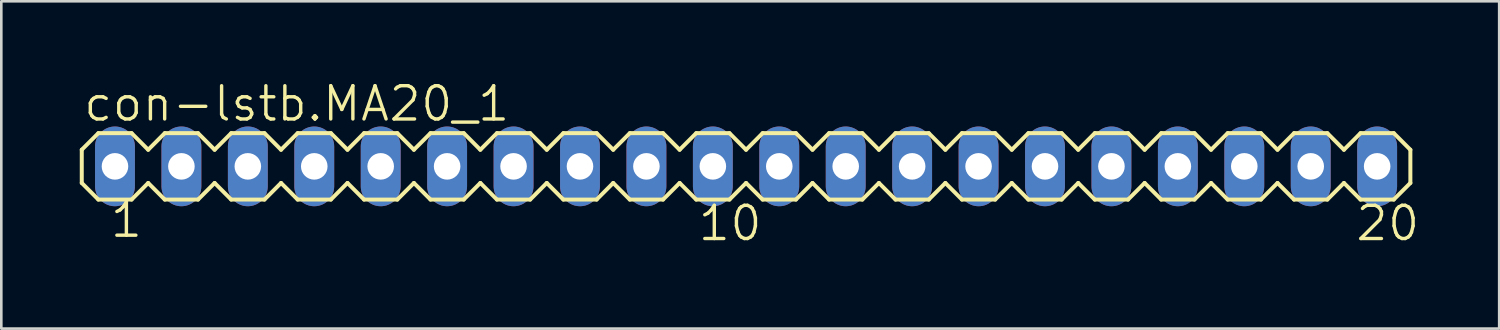
<source format=kicad_pcb>
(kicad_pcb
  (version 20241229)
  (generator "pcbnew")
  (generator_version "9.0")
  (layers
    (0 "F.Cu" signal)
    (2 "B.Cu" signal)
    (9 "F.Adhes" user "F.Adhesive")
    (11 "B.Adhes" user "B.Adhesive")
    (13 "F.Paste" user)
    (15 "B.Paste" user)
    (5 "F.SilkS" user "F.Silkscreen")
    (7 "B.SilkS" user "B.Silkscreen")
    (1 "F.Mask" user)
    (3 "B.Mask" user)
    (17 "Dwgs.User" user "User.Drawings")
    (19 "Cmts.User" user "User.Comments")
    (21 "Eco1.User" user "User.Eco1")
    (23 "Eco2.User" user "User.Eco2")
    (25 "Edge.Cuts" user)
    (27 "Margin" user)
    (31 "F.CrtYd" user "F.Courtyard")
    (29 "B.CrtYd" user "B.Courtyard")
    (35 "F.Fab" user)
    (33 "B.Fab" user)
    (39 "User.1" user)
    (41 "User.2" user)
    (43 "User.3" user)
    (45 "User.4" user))
  (footprint "con-lstb.MA20_1"
    (layer "F.Cu")
    (at 25.476 3.311)
    (property "Reference" "con-lstb.MA20_1" (at -25.4 -1.651 0) (layer "F.SilkS") (effects (font (size 1.27 1.27) (thickness 0.13)) (justify left bottom)))
    (attr through_hole)
    (fp_line (start -25.4 -0.635) (end -25.4 0.635) (stroke (width 0.152) (type default)) (layer "F.SilkS"))
    (fp_line (start -25.4 0.635) (end -24.765 1.27) (stroke (width 0.152) (type default)) (layer "F.SilkS"))
    (fp_line (start -24.765 -1.27) (end -25.4 -0.635) (stroke (width 0.152) (type default)) (layer "F.SilkS"))
    (fp_line (start -24.765 -1.27) (end -23.495 -1.27) (stroke (width 0.152) (type default)) (layer "F.SilkS"))
    (fp_line (start -23.495 -1.27) (end -22.86 -0.635) (stroke (width 0.152) (type default)) (layer "F.SilkS"))
    (fp_line (start -23.495 1.27) (end -24.765 1.27) (stroke (width 0.152) (type default)) (layer "F.SilkS"))
    (fp_line (start -22.86 -0.635) (end -22.225 -1.27) (stroke (width 0.152) (type default)) (layer "F.SilkS"))
    (fp_line (start -22.86 0.635) (end -23.495 1.27) (stroke (width 0.152) (type default)) (layer "F.SilkS"))
    (fp_line (start -22.225 -1.27) (end -20.955 -1.27) (stroke (width 0.152) (type default)) (layer "F.SilkS"))
    (fp_line (start -22.225 1.27) (end -22.86 0.635) (stroke (width 0.152) (type default)) (layer "F.SilkS"))
    (fp_line (start -20.955 -1.27) (end -20.32 -0.635) (stroke (width 0.152) (type default)) (layer "F.SilkS"))
    (fp_line (start -20.955 1.27) (end -22.225 1.27) (stroke (width 0.152) (type default)) (layer "F.SilkS"))
    (fp_line (start -20.32 -0.635) (end -19.685 -1.27) (stroke (width 0.152) (type default)) (layer "F.SilkS"))
    (fp_line (start -20.32 0.635) (end -20.955 1.27) (stroke (width 0.152) (type default)) (layer "F.SilkS"))
    (fp_line (start -19.685 -1.27) (end -18.415 -1.27) (stroke (width 0.152) (type default)) (layer "F.SilkS"))
    (fp_line (start -19.685 1.27) (end -20.32 0.635) (stroke (width 0.152) (type default)) (layer "F.SilkS"))
    (fp_line (start -18.415 -1.27) (end -17.78 -0.635) (stroke (width 0.152) (type default)) (layer "F.SilkS"))
    (fp_line (start -18.415 1.27) (end -19.685 1.27) (stroke (width 0.152) (type default)) (layer "F.SilkS"))
    (fp_line (start -17.78 0.635) (end -18.415 1.27) (stroke (width 0.152) (type default)) (layer "F.SilkS"))
    (fp_line (start -17.78 0.635) (end -17.145 1.27) (stroke (width 0.152) (type default)) (layer "F.SilkS"))
    (fp_line (start -17.145 -1.27) (end -17.78 -0.635) (stroke (width 0.152) (type default)) (layer "F.SilkS"))
    (fp_line (start -17.145 -1.27) (end -15.875 -1.27) (stroke (width 0.152) (type default)) (layer "F.SilkS"))
    (fp_line (start -15.875 -1.27) (end -15.24 -0.635) (stroke (width 0.152) (type default)) (layer "F.SilkS"))
    (fp_line (start -15.875 1.27) (end -17.145 1.27) (stroke (width 0.152) (type default)) (layer "F.SilkS"))
    (fp_line (start -15.24 -0.635) (end -14.605 -1.27) (stroke (width 0.152) (type default)) (layer "F.SilkS"))
    (fp_line (start -15.24 0.635) (end -15.875 1.27) (stroke (width 0.152) (type default)) (layer "F.SilkS"))
    (fp_line (start -14.605 -1.27) (end -13.335 -1.27) (stroke (width 0.152) (type default)) (layer "F.SilkS"))
    (fp_line (start -14.605 1.27) (end -15.24 0.635) (stroke (width 0.152) (type default)) (layer "F.SilkS"))
    (fp_line (start -13.335 -1.27) (end -12.7 -0.635) (stroke (width 0.152) (type default)) (layer "F.SilkS"))
    (fp_line (start -13.335 1.27) (end -14.605 1.27) (stroke (width 0.152) (type default)) (layer "F.SilkS"))
    (fp_line (start -12.7 0.635) (end -13.335 1.27) (stroke (width 0.152) (type default)) (layer "F.SilkS"))
    (fp_line (start -12.7 0.635) (end -12.065 1.27) (stroke (width 0.152) (type default)) (layer "F.SilkS"))
    (fp_line (start -12.065 -1.27) (end -12.7 -0.635) (stroke (width 0.152) (type default)) (layer "F.SilkS"))
    (fp_line (start -12.065 -1.27) (end -10.795 -1.27) (stroke (width 0.152) (type default)) (layer "F.SilkS"))
    (fp_line (start -10.795 -1.27) (end -10.16 -0.635) (stroke (width 0.152) (type default)) (layer "F.SilkS"))
    (fp_line (start -10.795 1.27) (end -12.065 1.27) (stroke (width 0.152) (type default)) (layer "F.SilkS"))
    (fp_line (start -10.16 -0.635) (end -9.525 -1.27) (stroke (width 0.152) (type default)) (layer "F.SilkS"))
    (fp_line (start -10.16 0.635) (end -10.795 1.27) (stroke (width 0.152) (type default)) (layer "F.SilkS"))
    (fp_line (start -9.525 -1.27) (end -8.255 -1.27) (stroke (width 0.152) (type default)) (layer "F.SilkS"))
    (fp_line (start -9.525 1.27) (end -10.16 0.635) (stroke (width 0.152) (type default)) (layer "F.SilkS"))
    (fp_line (start -8.255 -1.27) (end -7.62 -0.635) (stroke (width 0.152) (type default)) (layer "F.SilkS"))
    (fp_line (start -8.255 1.27) (end -9.525 1.27) (stroke (width 0.152) (type default)) (layer "F.SilkS"))
    (fp_line (start -7.62 -0.635) (end -6.985 -1.27) (stroke (width 0.152) (type default)) (layer "F.SilkS"))
    (fp_line (start -7.62 0.635) (end -8.255 1.27) (stroke (width 0.152) (type default)) (layer "F.SilkS"))
    (fp_line (start -6.985 -1.27) (end -5.715 -1.27) (stroke (width 0.152) (type default)) (layer "F.SilkS"))
    (fp_line (start -6.985 1.27) (end -7.62 0.635) (stroke (width 0.152) (type default)) (layer "F.SilkS"))
    (fp_line (start -5.715 -1.27) (end -5.08 -0.635) (stroke (width 0.152) (type default)) (layer "F.SilkS"))
    (fp_line (start -5.715 1.27) (end -6.985 1.27) (stroke (width 0.152) (type default)) (layer "F.SilkS"))
    (fp_line (start -5.08 0.635) (end -5.715 1.27) (stroke (width 0.152) (type default)) (layer "F.SilkS"))
    (fp_line (start -5.08 0.635) (end -4.445 1.27) (stroke (width 0.152) (type default)) (layer "F.SilkS"))
    (fp_line (start -4.445 -1.27) (end -5.08 -0.635) (stroke (width 0.152) (type default)) (layer "F.SilkS"))
    (fp_line (start -4.445 -1.27) (end -3.175 -1.27) (stroke (width 0.152) (type default)) (layer "F.SilkS"))
    (fp_line (start -3.175 -1.27) (end -2.54 -0.635) (stroke (width 0.152) (type default)) (layer "F.SilkS"))
    (fp_line (start -3.175 1.27) (end -4.445 1.27) (stroke (width 0.152) (type default)) (layer "F.SilkS"))
    (fp_line (start -2.54 -0.635) (end -1.905 -1.27) (stroke (width 0.152) (type default)) (layer "F.SilkS"))
    (fp_line (start -2.54 0.635) (end -3.175 1.27) (stroke (width 0.152) (type default)) (layer "F.SilkS"))
    (fp_line (start -1.905 -1.27) (end -0.635 -1.27) (stroke (width 0.152) (type default)) (layer "F.SilkS"))
    (fp_line (start -1.905 1.27) (end -2.54 0.635) (stroke (width 0.152) (type default)) (layer "F.SilkS"))
    (fp_line (start -0.635 -1.27) (end 0 -0.635) (stroke (width 0.152) (type default)) (layer "F.SilkS"))
    (fp_line (start -0.635 1.27) (end -1.905 1.27) (stroke (width 0.152) (type default)) (layer "F.SilkS"))
    (fp_line (start 0 0.635) (end -0.635 1.27) (stroke (width 0.152) (type default)) (layer "F.SilkS"))
    (fp_line (start 0 0.635) (end 0.635 1.27) (stroke (width 0.152) (type default)) (layer "F.SilkS"))
    (fp_line (start 0.635 -1.27) (end 0 -0.635) (stroke (width 0.152) (type default)) (layer "F.SilkS"))
    (fp_line (start 0.635 -1.27) (end 1.905 -1.27) (stroke (width 0.152) (type default)) (layer "F.SilkS"))
    (fp_line (start 1.905 -1.27) (end 2.54 -0.635) (stroke (width 0.152) (type default)) (layer "F.SilkS"))
    (fp_line (start 1.905 1.27) (end 0.635 1.27) (stroke (width 0.152) (type default)) (layer "F.SilkS"))
    (fp_line (start 2.54 -0.635) (end 3.175 -1.27) (stroke (width 0.152) (type default)) (layer "F.SilkS"))
    (fp_line (start 2.54 0.635) (end 1.905 1.27) (stroke (width 0.152) (type default)) (layer "F.SilkS"))
    (fp_line (start 3.175 -1.27) (end 4.445 -1.27) (stroke (width 0.152) (type default)) (layer "F.SilkS"))
    (fp_line (start 3.175 1.27) (end 2.54 0.635) (stroke (width 0.152) (type default)) (layer "F.SilkS"))
    (fp_line (start 4.445 -1.27) (end 5.08 -0.635) (stroke (width 0.152) (type default)) (layer "F.SilkS"))
    (fp_line (start 4.445 1.27) (end 3.175 1.27) (stroke (width 0.152) (type default)) (layer "F.SilkS"))
    (fp_line (start 5.08 -0.635) (end 5.715 -1.27) (stroke (width 0.152) (type default)) (layer "F.SilkS"))
    (fp_line (start 5.08 0.635) (end 4.445 1.27) (stroke (width 0.152) (type default)) (layer "F.SilkS"))
    (fp_line (start 5.715 -1.27) (end 6.985 -1.27) (stroke (width 0.152) (type default)) (layer "F.SilkS"))
    (fp_line (start 5.715 1.27) (end 5.08 0.635) (stroke (width 0.152) (type default)) (layer "F.SilkS"))
    (fp_line (start 6.985 -1.27) (end 7.62 -0.635) (stroke (width 0.152) (type default)) (layer "F.SilkS"))
    (fp_line (start 6.985 1.27) (end 5.715 1.27) (stroke (width 0.152) (type default)) (layer "F.SilkS"))
    (fp_line (start 7.62 0.635) (end 6.985 1.27) (stroke (width 0.152) (type default)) (layer "F.SilkS"))
    (fp_line (start 7.62 0.635) (end 8.255 1.27) (stroke (width 0.152) (type default)) (layer "F.SilkS"))
    (fp_line (start 8.255 -1.27) (end 7.62 -0.635) (stroke (width 0.152) (type default)) (layer "F.SilkS"))
    (fp_line (start 8.255 -1.27) (end 9.525 -1.27) (stroke (width 0.152) (type default)) (layer "F.SilkS"))
    (fp_line (start 9.525 -1.27) (end 10.16 -0.635) (stroke (width 0.152) (type default)) (layer "F.SilkS"))
    (fp_line (start 9.525 1.27) (end 8.255 1.27) (stroke (width 0.152) (type default)) (layer "F.SilkS"))
    (fp_line (start 10.16 -0.635) (end 10.795 -1.27) (stroke (width 0.152) (type default)) (layer "F.SilkS"))
    (fp_line (start 10.16 0.635) (end 9.525 1.27) (stroke (width 0.152) (type default)) (layer "F.SilkS"))
    (fp_line (start 10.795 -1.27) (end 12.065 -1.27) (stroke (width 0.152) (type default)) (layer "F.SilkS"))
    (fp_line (start 10.795 1.27) (end 10.16 0.635) (stroke (width 0.152) (type default)) (layer "F.SilkS"))
    (fp_line (start 12.065 -1.27) (end 12.7 -0.635) (stroke (width 0.152) (type default)) (layer "F.SilkS"))
    (fp_line (start 12.065 1.27) (end 10.795 1.27) (stroke (width 0.152) (type default)) (layer "F.SilkS"))
    (fp_line (start 12.7 0.635) (end 12.065 1.27) (stroke (width 0.152) (type default)) (layer "F.SilkS"))
    (fp_line (start 12.7 0.635) (end 13.335 1.27) (stroke (width 0.152) (type default)) (layer "F.SilkS"))
    (fp_line (start 13.335 -1.27) (end 12.7 -0.635) (stroke (width 0.152) (type default)) (layer "F.SilkS"))
    (fp_line (start 13.335 -1.27) (end 14.605 -1.27) (stroke (width 0.152) (type default)) (layer "F.SilkS"))
    (fp_line (start 14.605 -1.27) (end 15.24 -0.635) (stroke (width 0.152) (type default)) (layer "F.SilkS"))
    (fp_line (start 14.605 1.27) (end 13.335 1.27) (stroke (width 0.152) (type default)) (layer "F.SilkS"))
    (fp_line (start 15.24 -0.635) (end 15.875 -1.27) (stroke (width 0.152) (type default)) (layer "F.SilkS"))
    (fp_line (start 15.24 0.635) (end 14.605 1.27) (stroke (width 0.152) (type default)) (layer "F.SilkS"))
    (fp_line (start 15.875 -1.27) (end 17.145 -1.27) (stroke (width 0.152) (type default)) (layer "F.SilkS"))
    (fp_line (start 15.875 1.27) (end 15.24 0.635) (stroke (width 0.152) (type default)) (layer "F.SilkS"))
    (fp_line (start 17.145 -1.27) (end 17.78 -0.635) (stroke (width 0.152) (type default)) (layer "F.SilkS"))
    (fp_line (start 17.145 1.27) (end 15.875 1.27) (stroke (width 0.152) (type default)) (layer "F.SilkS"))
    (fp_line (start 17.78 -0.635) (end 18.415 -1.27) (stroke (width 0.152) (type default)) (layer "F.SilkS"))
    (fp_line (start 17.78 0.635) (end 17.145 1.27) (stroke (width 0.152) (type default)) (layer "F.SilkS"))
    (fp_line (start 18.415 -1.27) (end 19.685 -1.27) (stroke (width 0.152) (type default)) (layer "F.SilkS"))
    (fp_line (start 18.415 1.27) (end 17.78 0.635) (stroke (width 0.152) (type default)) (layer "F.SilkS"))
    (fp_line (start 19.685 -1.27) (end 20.32 -0.635) (stroke (width 0.152) (type default)) (layer "F.SilkS"))
    (fp_line (start 19.685 1.27) (end 18.415 1.27) (stroke (width 0.152) (type default)) (layer "F.SilkS"))
    (fp_line (start 20.32 0.635) (end 19.685 1.27) (stroke (width 0.152) (type default)) (layer "F.SilkS"))
    (fp_line (start 20.32 0.635) (end 20.955 1.27) (stroke (width 0.152) (type default)) (layer "F.SilkS"))
    (fp_line (start 20.955 -1.27) (end 20.32 -0.635) (stroke (width 0.152) (type default)) (layer "F.SilkS"))
    (fp_line (start 20.955 -1.27) (end 22.225 -1.27) (stroke (width 0.152) (type default)) (layer "F.SilkS"))
    (fp_line (start 22.225 -1.27) (end 22.86 -0.635) (stroke (width 0.152) (type default)) (layer "F.SilkS"))
    (fp_line (start 22.225 1.27) (end 20.955 1.27) (stroke (width 0.152) (type default)) (layer "F.SilkS"))
    (fp_line (start 22.86 -0.635) (end 23.495 -1.27) (stroke (width 0.152) (type default)) (layer "F.SilkS"))
    (fp_line (start 22.86 0.635) (end 22.225 1.27) (stroke (width 0.152) (type default)) (layer "F.SilkS"))
    (fp_line (start 23.495 -1.27) (end 24.765 -1.27) (stroke (width 0.152) (type default)) (layer "F.SilkS"))
    (fp_line (start 23.495 1.27) (end 22.86 0.635) (stroke (width 0.152) (type default)) (layer "F.SilkS"))
    (fp_line (start 24.765 -1.27) (end 25.4 -0.635) (stroke (width 0.152) (type default)) (layer "F.SilkS"))
    (fp_line (start 24.765 1.27) (end 23.495 1.27) (stroke (width 0.152) (type default)) (layer "F.SilkS"))
    (fp_line (start 25.4 -0.635) (end 25.4 0.635) (stroke (width 0.152) (type default)) (layer "F.SilkS"))
    (fp_line (start 25.4 0.635) (end 24.765 1.27) (stroke (width 0.152) (type default)) (layer "F.SilkS"))
    (fp_rect (start -24.46 0.33) (end -23.8 -0.33) (stroke (width 0.05) (type default)) (fill no) (layer "F.Fab"))
    (fp_rect (start -21.92 0.33) (end -21.26 -0.33) (stroke (width 0.05) (type default)) (fill no) (layer "F.Fab"))
    (fp_rect (start -19.38 0.33) (end -18.72 -0.33) (stroke (width 0.05) (type default)) (fill no) (layer "F.Fab"))
    (fp_rect (start -16.84 0.33) (end -16.18 -0.33) (stroke (width 0.05) (type default)) (fill no) (layer "F.Fab"))
    (fp_rect (start -14.3 0.33) (end -13.64 -0.33) (stroke (width 0.05) (type default)) (fill no) (layer "F.Fab"))
    (fp_rect (start -11.76 0.33) (end -11.1 -0.33) (stroke (width 0.05) (type default)) (fill no) (layer "F.Fab"))
    (fp_rect (start -9.22 0.33) (end -8.56 -0.33) (stroke (width 0.05) (type default)) (fill no) (layer "F.Fab"))
    (fp_rect (start -6.68 0.33) (end -6.02 -0.33) (stroke (width 0.05) (type default)) (fill no) (layer "F.Fab"))
    (fp_rect (start -4.14 0.33) (end -3.48 -0.33) (stroke (width 0.05) (type default)) (fill no) (layer "F.Fab"))
    (fp_rect (start -1.6 0.33) (end -0.94 -0.33) (stroke (width 0.05) (type default)) (fill no) (layer "F.Fab"))
    (fp_rect (start 0.94 0.33) (end 1.6 -0.33) (stroke (width 0.05) (type default)) (fill no) (layer "F.Fab"))
    (fp_rect (start 3.48 0.33) (end 4.14 -0.33) (stroke (width 0.05) (type default)) (fill no) (layer "F.Fab"))
    (fp_rect (start 6.02 0.33) (end 6.68 -0.33) (stroke (width 0.05) (type default)) (fill no) (layer "F.Fab"))
    (fp_rect (start 8.56 0.33) (end 9.22 -0.33) (stroke (width 0.05) (type default)) (fill no) (layer "F.Fab"))
    (fp_rect (start 11.1 0.33) (end 11.76 -0.33) (stroke (width 0.05) (type default)) (fill no) (layer "F.Fab"))
    (fp_rect (start 13.64 0.33) (end 14.3 -0.33) (stroke (width 0.05) (type default)) (fill no) (layer "F.Fab"))
    (fp_rect (start 16.18 0.33) (end 16.84 -0.33) (stroke (width 0.05) (type default)) (fill no) (layer "F.Fab"))
    (fp_rect (start 18.72 0.33) (end 19.38 -0.33) (stroke (width 0.05) (type default)) (fill no) (layer "F.Fab"))
    (fp_rect (start 21.26 0.33) (end 21.92 -0.33) (stroke (width 0.05) (type default)) (fill no) (layer "F.Fab"))
    (fp_rect (start 23.8 0.33) (end 24.46 -0.33) (stroke (width 0.05) (type default)) (fill no) (layer "F.Fab"))
    (fp_text user "10" (at -1.905 2.921 0) (layer "F.SilkS") (effects (font (size 1.27 1.27) (thickness 0.13)) (justify left bottom)))
    (fp_text user "1" (at -24.384 2.794 0) (layer "F.SilkS") (effects (font (size 1.27 1.27) (thickness 0.13)) (justify left bottom)))
    (fp_text user "20" (at 23.241 2.921 0) (layer "F.SilkS") (effects (font (size 1.27 1.27) (thickness 0.13)) (justify left bottom)))
    (pad "1" thru_hole oval (at -24.13 0 90) (size 3.048 1.524) (drill 1.016) (layers "*.Cu" "*.Mask"))
    (pad "2" thru_hole oval (at -21.59 0 90) (size 3.048 1.524) (drill 1.016) (layers "*.Cu" "*.Mask"))
    (pad "3" thru_hole oval (at -19.05 0 90) (size 3.048 1.524) (drill 1.016) (layers "*.Cu" "*.Mask"))
    (pad "4" thru_hole oval (at -16.51 0 90) (size 3.048 1.524) (drill 1.016) (layers "*.Cu" "*.Mask"))
    (pad "5" thru_hole oval (at -13.97 0 90) (size 3.048 1.524) (drill 1.016) (layers "*.Cu" "*.Mask"))
    (pad "6" thru_hole oval (at -11.43 0 90) (size 3.048 1.524) (drill 1.016) (layers "*.Cu" "*.Mask"))
    (pad "7" thru_hole oval (at -8.89 0 90) (size 3.048 1.524) (drill 1.016) (layers "*.Cu" "*.Mask"))
    (pad "8" thru_hole oval (at -6.35 0 90) (size 3.048 1.524) (drill 1.016) (layers "*.Cu" "*.Mask"))
    (pad "9" thru_hole oval (at -3.81 0 90) (size 3.048 1.524) (drill 1.016) (layers "*.Cu" "*.Mask"))
    (pad "10" thru_hole oval (at -1.27 0 90) (size 3.048 1.524) (drill 1.016) (layers "*.Cu" "*.Mask"))
    (pad "11" thru_hole oval (at 1.27 0 90) (size 3.048 1.524) (drill 1.016) (layers "*.Cu" "*.Mask"))
    (pad "12" thru_hole oval (at 3.81 0 90) (size 3.048 1.524) (drill 1.016) (layers "*.Cu" "*.Mask"))
    (pad "13" thru_hole oval (at 6.35 0 90) (size 3.048 1.524) (drill 1.016) (layers "*.Cu" "*.Mask"))
    (pad "14" thru_hole oval (at 8.89 0 90) (size 3.048 1.524) (drill 1.016) (layers "*.Cu" "*.Mask"))
    (pad "15" thru_hole oval (at 11.43 0 90) (size 3.048 1.524) (drill 1.016) (layers "*.Cu" "*.Mask"))
    (pad "16" thru_hole oval (at 13.97 0 90) (size 3.048 1.524) (drill 1.016) (layers "*.Cu" "*.Mask"))
    (pad "17" thru_hole oval (at 16.51 0 90) (size 3.048 1.524) (drill 1.016) (layers "*.Cu" "*.Mask"))
    (pad "18" thru_hole oval (at 19.05 0 90) (size 3.048 1.524) (drill 1.016) (layers "*.Cu" "*.Mask"))
    (pad "19" thru_hole oval (at 21.59 0 90) (size 3.048 1.524) (drill 1.016) (layers "*.Cu" "*.Mask"))
    (pad "20" thru_hole oval (at 24.13 0 90) (size 3.048 1.524) (drill 1.016) (layers "*.Cu" "*.Mask")))
  (gr_rect
    (start -3 -3)
    (end 54.272 9.514)
    (stroke (width 0.1) (type default))
    (fill no)
    (layer "Edge.Cuts")))
</source>
